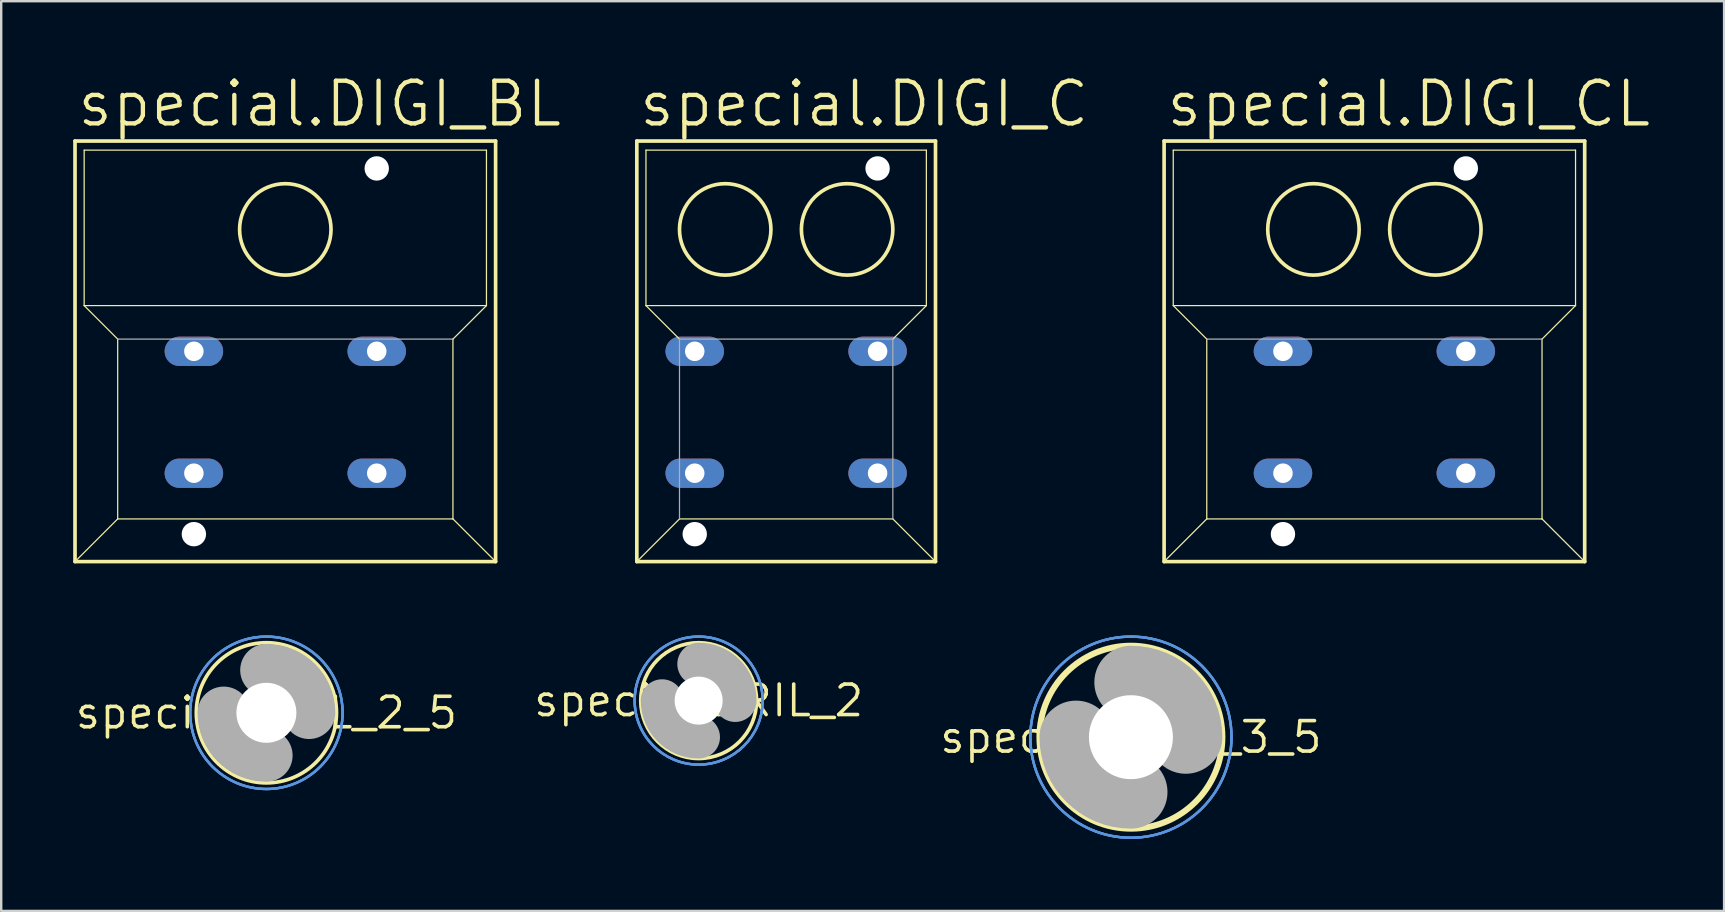
<source format=kicad_pcb>
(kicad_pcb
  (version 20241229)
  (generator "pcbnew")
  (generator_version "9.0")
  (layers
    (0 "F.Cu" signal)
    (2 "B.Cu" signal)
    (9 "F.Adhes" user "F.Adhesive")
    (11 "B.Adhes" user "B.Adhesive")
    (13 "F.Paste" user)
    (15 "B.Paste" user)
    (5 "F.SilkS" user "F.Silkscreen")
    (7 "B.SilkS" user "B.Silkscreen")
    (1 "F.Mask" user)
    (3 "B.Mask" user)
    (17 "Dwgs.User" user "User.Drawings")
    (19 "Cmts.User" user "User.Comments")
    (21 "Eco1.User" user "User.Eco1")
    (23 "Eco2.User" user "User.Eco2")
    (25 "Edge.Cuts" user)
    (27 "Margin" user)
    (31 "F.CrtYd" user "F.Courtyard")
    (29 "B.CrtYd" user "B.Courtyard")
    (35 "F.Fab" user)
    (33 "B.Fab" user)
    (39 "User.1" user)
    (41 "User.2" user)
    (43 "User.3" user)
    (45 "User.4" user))
  (footprint "special.DIGI_CL"
    (layer "F.Cu")
    (at 54.222 11.589)
    (property "Reference" "special.DIGI_CL" (at -8.763 -9.271 0) (layer "F.SilkS") (effects (font (size 1.778 1.778) (thickness 0.18)) (justify left bottom)))
    (attr through_hole)
    (fp_line (start -8.763 -8.763) (end -8.763 8.763) (stroke (width 0.152) (type default)) (layer "F.SilkS"))
    (fp_line (start -8.763 -8.763) (end 8.763 -8.763) (stroke (width 0.152) (type default)) (layer "F.SilkS"))
    (fp_line (start -8.382 -1.905) (end -8.382 -8.382) (stroke (width 0.051) (type default)) (layer "F.SilkS"))
    (fp_line (start -8.382 -1.905) (end -6.985 -0.508) (stroke (width 0.051) (type default)) (layer "F.SilkS"))
    (fp_line (start -8.382 -1.905) (end 8.382 -1.905) (stroke (width 0.051) (type default)) (layer "F.SilkS"))
    (fp_line (start -6.985 6.985) (end -8.763 8.763) (stroke (width 0.051) (type default)) (layer "F.SilkS"))
    (fp_line (start -6.985 6.985) (end -6.985 -0.508) (stroke (width 0.051) (type default)) (layer "F.SilkS"))
    (fp_line (start 6.985 -0.508) (end 6.985 6.985) (stroke (width 0.051) (type default)) (layer "F.SilkS"))
    (fp_line (start 6.985 6.985) (end -6.985 6.985) (stroke (width 0.051) (type default)) (layer "F.SilkS"))
    (fp_line (start 6.985 6.985) (end 8.763 8.763) (stroke (width 0.051) (type default)) (layer "F.SilkS"))
    (fp_line (start 8.382 -8.382) (end -8.382 -8.382) (stroke (width 0.051) (type default)) (layer "F.SilkS"))
    (fp_line (start 8.382 -1.905) (end 6.985 -0.508) (stroke (width 0.051) (type default)) (layer "F.SilkS"))
    (fp_line (start 8.382 -1.905) (end 8.382 -8.382) (stroke (width 0.051) (type default)) (layer "F.SilkS"))
    (fp_line (start 8.763 8.763) (end -8.763 8.763) (stroke (width 0.152) (type default)) (layer "F.SilkS"))
    (fp_line (start 8.763 8.763) (end 8.763 -8.763) (stroke (width 0.152) (type default)) (layer "F.SilkS"))
    (fp_circle (center -2.54 -5.08) (end -0.635 -5.08) (stroke (width 0.152) (type default)) (fill no) (layer "F.SilkS"))
    (fp_circle (center 2.54 -5.08) (end 4.445 -5.08) (stroke (width 0.152) (type default)) (fill no) (layer "F.SilkS"))
    (fp_line (start 6.985 -0.508) (end -6.985 -0.508) (stroke (width 0.051) (type default)) (layer "F.Fab"))
    (pad "" np_thru_hole circle (at -3.81 7.62) (size 1.016 1.016) (drill 1.016) (layers "*.Cu" "*.Mask"))
    (pad "" np_thru_hole circle (at 3.81 -7.62) (size 1.016 1.016) (drill 1.016) (layers "*.Cu" "*.Mask"))
    (pad "1" thru_hole oval (at -3.81 0) (size 2.438 1.219) (drill 0.813) (layers "*.Cu" "*.Mask"))
    (pad "2" thru_hole oval (at 3.81 0) (size 2.438 1.219) (drill 0.813) (layers "*.Cu" "*.Mask"))
    (pad "3" thru_hole oval (at -3.81 5.08) (size 2.438 1.219) (drill 0.813) (layers "*.Cu" "*.Mask"))
    (pad "4" thru_hole oval (at 3.81 5.08) (size 2.438 1.219) (drill 0.813) (layers "*.Cu" "*.Mask")))
  (footprint "special.DRIL_3_5"
    (layer "F.Cu")
    (at 44.076 27.669)
    (property "Reference" "special.DRIL_3_5" (at 0 0 0) (layer "F.SilkS") (effects (font (size 1.27 1.27) (thickness 0.15))))
    (fp_circle (center 0 0) (end 3.81 0) (stroke (width 0.254) (type default)) (fill no) (layer "F.SilkS"))
    (fp_circle (center 0 0) (end 4.191 0) (stroke (width 0.1) (type default)) (fill no) (layer "Cmts.User"))
    (fp_circle (center 0 0) (end 4.191 0) (stroke (width 0.1) (type default)) (fill no) (layer "Cmts.User"))
    (fp_circle (center 0 0) (end 4.191 0) (stroke (width 0.1) (type default)) (fill no) (layer "Cmts.User"))
    (fp_arc (start 0 -2.286) (mid 1.616446 -1.616446) (end 2.286 0) (stroke (width 3.048) (type default)) (layer "F.Fab"))
    (fp_arc (start 0 2.286) (mid -1.616446 1.616446) (end -2.286 0) (stroke (width 3.048) (type default)) (layer "F.Fab"))
    (fp_circle (center 0 0) (end 0.762 0) (stroke (width 0.457) (type default)) (fill no) (layer "F.Fab"))
    (pad "" np_thru_hole circle (at 0 0) (size 3.5 3.5) (drill 3.5) (layers "*.Cu" "*.Mask")))
  (footprint "special.DRIL_2_5"
    (layer "F.Cu")
    (at 8.051 26.653)
    (property "Reference" "special.DRIL_2_5" (at 0 0 0) (layer "F.SilkS") (effects (font (size 1.27 1.27) (thickness 0.15))))
    (fp_circle (center 0 0) (end 2.921 0) (stroke (width 0.152) (type default)) (fill no) (layer "F.SilkS"))
    (fp_circle (center 0 0) (end 3.175 0) (stroke (width 0.1) (type default)) (fill no) (layer "Cmts.User"))
    (fp_circle (center 0 0) (end 3.175 0) (stroke (width 0.1) (type default)) (fill no) (layer "Cmts.User"))
    (fp_circle (center 0 0) (end 3.175 0) (stroke (width 0.1) (type default)) (fill no) (layer "Cmts.User"))
    (fp_arc (start 0 -1.778) (mid 1.257236 -1.257236) (end 1.778 0) (stroke (width 2.1844) (type default)) (layer "F.Fab"))
    (fp_arc (start 0 1.778) (mid -1.257236 1.257236) (end -1.778 0) (stroke (width 2.1844) (type default)) (layer "F.Fab"))
    (fp_circle (center 0 0) (end 0.635 0) (stroke (width 0.457) (type default)) (fill no) (layer "F.Fab"))
    (pad "" np_thru_hole circle (at 0 0) (size 2.5 2.5) (drill 2.5) (layers "*.Cu" "*.Mask")))
  (footprint "special.DIGI_C"
    (layer "F.Cu")
    (at 29.71 11.589)
    (property "Reference" "special.DIGI_C" (at -6.223 -9.271 0) (layer "F.SilkS") (effects (font (size 1.778 1.778) (thickness 0.18)) (justify left bottom)))
    (attr through_hole)
    (fp_line (start -6.223 -8.763) (end -6.223 8.763) (stroke (width 0.152) (type default)) (layer "F.SilkS"))
    (fp_line (start -6.223 -8.763) (end 6.223 -8.763) (stroke (width 0.152) (type default)) (layer "F.SilkS"))
    (fp_line (start -5.842 -1.905) (end -5.842 -8.382) (stroke (width 0.051) (type default)) (layer "F.SilkS"))
    (fp_line (start -5.842 -1.905) (end -4.445 -0.508) (stroke (width 0.051) (type default)) (layer "F.SilkS"))
    (fp_line (start -5.842 -1.905) (end 5.842 -1.905) (stroke (width 0.051) (type default)) (layer "F.SilkS"))
    (fp_line (start -4.445 6.985) (end -6.223 8.763) (stroke (width 0.051) (type default)) (layer "F.SilkS"))
    (fp_line (start 4.445 6.985) (end -4.445 6.985) (stroke (width 0.051) (type default)) (layer "F.SilkS"))
    (fp_line (start 4.445 6.985) (end 6.223 8.763) (stroke (width 0.051) (type default)) (layer "F.SilkS"))
    (fp_line (start 5.842 -8.382) (end -5.842 -8.382) (stroke (width 0.051) (type default)) (layer "F.SilkS"))
    (fp_line (start 5.842 -1.905) (end 4.445 -0.508) (stroke (width 0.051) (type default)) (layer "F.SilkS"))
    (fp_line (start 5.842 -1.905) (end 5.842 -8.382) (stroke (width 0.051) (type default)) (layer "F.SilkS"))
    (fp_line (start 6.223 8.763) (end -6.223 8.763) (stroke (width 0.152) (type default)) (layer "F.SilkS"))
    (fp_line (start 6.223 8.763) (end 6.223 -8.763) (stroke (width 0.152) (type default)) (layer "F.SilkS"))
    (fp_circle (center -2.54 -5.08) (end -0.635 -5.08) (stroke (width 0.152) (type default)) (fill no) (layer "F.SilkS"))
    (fp_circle (center 2.54 -5.08) (end 4.445 -5.08) (stroke (width 0.152) (type default)) (fill no) (layer "F.SilkS"))
    (fp_line (start -4.445 6.985) (end -4.445 -0.508) (stroke (width 0.051) (type default)) (layer "F.Fab"))
    (fp_line (start 4.445 -0.508) (end -4.445 -0.508) (stroke (width 0.051) (type default)) (layer "F.Fab"))
    (fp_line (start 4.445 -0.508) (end 4.445 6.985) (stroke (width 0.051) (type default)) (layer "F.Fab"))
    (pad "" np_thru_hole circle (at -3.81 7.62) (size 1.016 1.016) (drill 1.016) (layers "*.Cu" "*.Mask"))
    (pad "" np_thru_hole circle (at 3.81 -7.62) (size 1.016 1.016) (drill 1.016) (layers "*.Cu" "*.Mask"))
    (pad "1" thru_hole oval (at -3.81 0) (size 2.438 1.219) (drill 0.813) (layers "*.Cu" "*.Mask"))
    (pad "2" thru_hole oval (at 3.81 0) (size 2.438 1.219) (drill 0.813) (layers "*.Cu" "*.Mask"))
    (pad "3" thru_hole oval (at -3.81 5.08) (size 2.438 1.219) (drill 0.813) (layers "*.Cu" "*.Mask"))
    (pad "4" thru_hole oval (at 3.81 5.08) (size 2.438 1.219) (drill 0.813) (layers "*.Cu" "*.Mask")))
  (footprint "special.DIGI_BL"
    (layer "F.Cu")
    (at 8.839 11.589)
    (property "Reference" "special.DIGI_BL" (at -8.763 -9.271 0) (layer "F.SilkS") (effects (font (size 1.778 1.778) (thickness 0.18)) (justify left bottom)))
    (attr through_hole)
    (fp_line (start -8.763 -8.763) (end -8.763 8.763) (stroke (width 0.152) (type default)) (layer "F.SilkS"))
    (fp_line (start -8.763 -8.763) (end 8.763 -8.763) (stroke (width 0.152) (type default)) (layer "F.SilkS"))
    (fp_line (start -8.382 -1.905) (end -8.382 -8.382) (stroke (width 0.051) (type default)) (layer "F.SilkS"))
    (fp_line (start -8.382 -1.905) (end -6.985 -0.508) (stroke (width 0.051) (type default)) (layer "F.SilkS"))
    (fp_line (start -8.382 -1.905) (end 8.382 -1.905) (stroke (width 0.051) (type default)) (layer "F.SilkS"))
    (fp_line (start -6.985 6.985) (end -8.763 8.763) (stroke (width 0.051) (type default)) (layer "F.SilkS"))
    (fp_line (start -6.985 6.985) (end -6.985 -0.508) (stroke (width 0.051) (type default)) (layer "F.SilkS"))
    (fp_line (start 6.985 -0.508) (end 6.985 6.985) (stroke (width 0.051) (type default)) (layer "F.SilkS"))
    (fp_line (start 6.985 6.985) (end -6.985 6.985) (stroke (width 0.051) (type default)) (layer "F.SilkS"))
    (fp_line (start 6.985 6.985) (end 8.763 8.763) (stroke (width 0.051) (type default)) (layer "F.SilkS"))
    (fp_line (start 8.382 -8.382) (end -8.382 -8.382) (stroke (width 0.051) (type default)) (layer "F.SilkS"))
    (fp_line (start 8.382 -1.905) (end 6.985 -0.508) (stroke (width 0.051) (type default)) (layer "F.SilkS"))
    (fp_line (start 8.382 -1.905) (end 8.382 -8.382) (stroke (width 0.051) (type default)) (layer "F.SilkS"))
    (fp_line (start 8.763 8.763) (end -8.763 8.763) (stroke (width 0.152) (type default)) (layer "F.SilkS"))
    (fp_line (start 8.763 8.763) (end 8.763 -8.763) (stroke (width 0.152) (type default)) (layer "F.SilkS"))
    (fp_circle (center 0 -5.08) (end 1.905 -5.08) (stroke (width 0.152) (type default)) (fill no) (layer "F.SilkS"))
    (fp_line (start 6.985 -0.508) (end -6.985 -0.508) (stroke (width 0.051) (type default)) (layer "F.Fab"))
    (pad "" np_thru_hole circle (at -3.81 7.62) (size 1.016 1.016) (drill 1.016) (layers "*.Cu" "*.Mask"))
    (pad "" np_thru_hole circle (at 3.81 -7.62) (size 1.016 1.016) (drill 1.016) (layers "*.Cu" "*.Mask"))
    (pad "1" thru_hole oval (at -3.81 0) (size 2.438 1.219) (drill 0.813) (layers "*.Cu" "*.Mask"))
    (pad "2" thru_hole oval (at 3.81 0) (size 2.438 1.219) (drill 0.813) (layers "*.Cu" "*.Mask"))
    (pad "3" thru_hole oval (at -3.81 5.08) (size 2.438 1.219) (drill 0.813) (layers "*.Cu" "*.Mask"))
    (pad "4" thru_hole oval (at 3.81 5.08) (size 2.438 1.219) (drill 0.813) (layers "*.Cu" "*.Mask")))
  (footprint "special.DRIL_2"
    (layer "F.Cu")
    (at 26.063 26.145)
    (property "Reference" "special.DRIL_2" (at 0 0 0) (layer "F.SilkS") (effects (font (size 1.27 1.27) (thickness 0.15))))
    (fp_circle (center 0 0) (end 2.413 0) (stroke (width 0.152) (type default)) (fill no) (layer "F.SilkS"))
    (fp_circle (center 0 0) (end 2.667 0) (stroke (width 0.1) (type default)) (fill no) (layer "Cmts.User"))
    (fp_circle (center 0 0) (end 2.667 0) (stroke (width 0.1) (type default)) (fill no) (layer "Cmts.User"))
    (fp_circle (center 0 0) (end 2.667 0) (stroke (width 0.1) (type default)) (fill no) (layer "Cmts.User"))
    (fp_arc (start 0 -1.524) (mid 1.077631 -1.077631) (end 1.524 0) (stroke (width 1.778) (type default)) (layer "F.Fab"))
    (fp_arc (start 0 1.524) (mid -1.077631 1.077631) (end -1.524 0) (stroke (width 1.778) (type default)) (layer "F.Fab"))
    (fp_circle (center 0 0) (end 0.508 0) (stroke (width 0.457) (type default)) (fill no) (layer "F.Fab"))
    (pad "" np_thru_hole circle (at 0 0) (size 2 2) (drill 2) (layers "*.Cu" "*.Mask")))
  (gr_rect
    (start -3 -3)
    (end 68.794 34.91)
    (stroke (width 0.1) (type default))
    (fill no)
    (layer "Edge.Cuts")))
</source>
